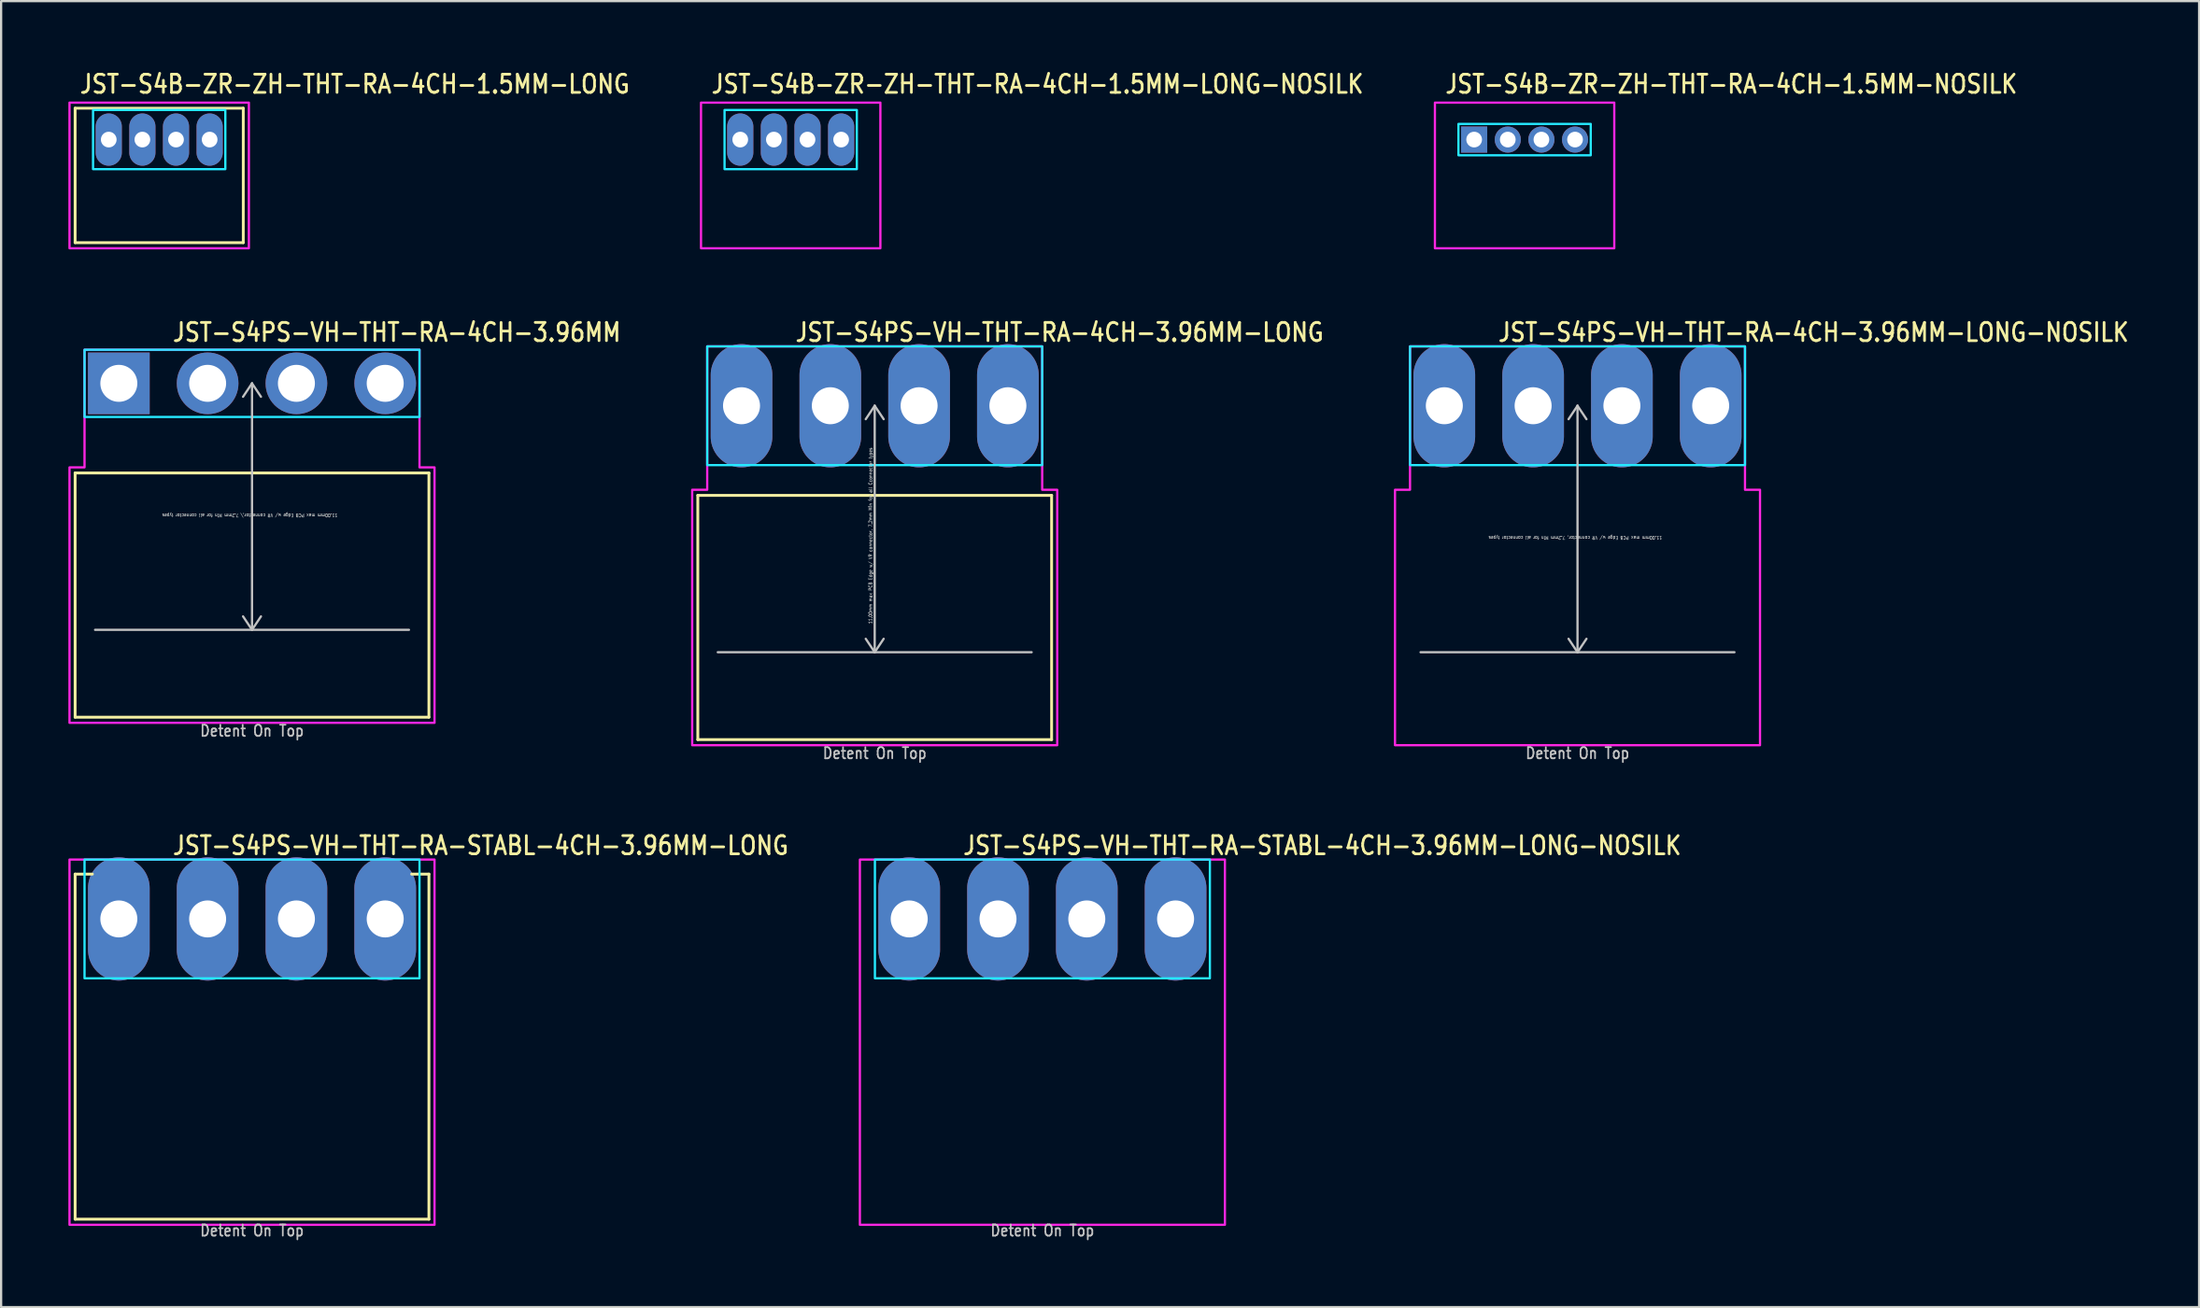
<source format=kicad_pcb>
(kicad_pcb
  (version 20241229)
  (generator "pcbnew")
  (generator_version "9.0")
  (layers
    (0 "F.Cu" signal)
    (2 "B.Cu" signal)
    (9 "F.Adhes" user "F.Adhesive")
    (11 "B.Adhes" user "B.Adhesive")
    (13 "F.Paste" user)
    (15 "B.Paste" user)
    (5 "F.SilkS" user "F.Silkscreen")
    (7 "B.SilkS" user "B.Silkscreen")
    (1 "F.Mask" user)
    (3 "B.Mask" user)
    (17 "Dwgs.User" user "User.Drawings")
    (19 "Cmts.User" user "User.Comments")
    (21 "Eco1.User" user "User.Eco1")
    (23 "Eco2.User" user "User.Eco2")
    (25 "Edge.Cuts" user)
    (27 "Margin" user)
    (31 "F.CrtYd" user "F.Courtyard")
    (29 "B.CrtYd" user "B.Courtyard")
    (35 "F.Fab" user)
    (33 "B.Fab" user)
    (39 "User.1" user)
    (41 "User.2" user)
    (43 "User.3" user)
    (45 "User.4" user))
  (footprint "JST-S4PS-VH-THT-RA-4CH-3.96MM-LONG-NOSILK"
    (layer "F.Cu")
    (at 67.307 15.057)
    (property "Reference" "JST-S4PS-VH-THT-RA-4CH-3.96MM-LONG-NOSILK" (at -3.6 -2.8 0) (unlocked yes) (layer "F.SilkS") (effects (font (size 0.813 0.695) (thickness 0.122)) (justify left bottom)))
    (fp_line (start -7 11) (end 7 11) (stroke (width 0.1) (type solid)) (layer "Dwgs.User"))
    (fp_line (start 0 0) (end -0.4 0.6) (stroke (width 0.1) (type solid)) (layer "Dwgs.User"))
    (fp_line (start 0 0) (end 0 11) (stroke (width 0.1) (type solid)) (layer "Dwgs.User"))
    (fp_line (start 0 0) (end 0.4 0.6) (stroke (width 0.1) (type solid)) (layer "Dwgs.User"))
    (fp_line (start 0 11) (end -0.4 10.4) (stroke (width 0.1) (type solid)) (layer "Dwgs.User"))
    (fp_line (start 0 11) (end 0.4 10.4) (stroke (width 0.1) (type solid)) (layer "Dwgs.User"))
    (fp_poly (pts (xy -7.47 -2.65) (xy -7.47 2.65) (xy 7.47 2.65) (xy 7.47 -2.65)) (stroke (width 0.1) (type solid)) (fill no) (layer "B.CrtYd"))
    (fp_poly (pts (xy -8.14 3.75) (xy -8.14 15.15) (xy 8.14 15.15) (xy 8.14 3.75) (xy 7.47 3.75) (xy 7.47 -2.65) (xy -7.47 -2.65) (xy -7.47 3.75)) (stroke (width 0.1) (type solid)) (fill no) (layer "F.CrtYd"))
    (fp_text user "11.00mm max PCB Edge w/ VR connector, 7.2mm Min for all connector types" (at -0.1 5.8 180) (unlocked yes) (layer "Dwgs.User") (effects (font (size 0.15 0.128) (thickness 0.022)) (justify bottom)))
    (fp_text user "Detent On Top" (at 0 15.8 0) (unlocked yes) (layer "Dwgs.User") (effects (font (size 0.5 0.427) (thickness 0.075)) (justify bottom)))
    (pad "1" thru_hole oval (at -5.94 0 90) (size 5.5 2.75) (drill 1.65) (layers "*.Cu" "*.Mask"))
    (pad "2" thru_hole oval (at -1.98 0 90) (size 5.5 2.75) (drill 1.65) (layers "*.Cu" "*.Mask"))
    (pad "3" thru_hole oval (at 1.98 0 90) (size 5.5 2.75) (drill 1.65) (layers "*.Cu" "*.Mask"))
    (pad "4" thru_hole oval (at 5.94 0 90) (size 5.5 2.75) (drill 1.65) (layers "*.Cu" "*.Mask")))
  (footprint "JST-S4B-ZR-ZH-THT-RA-4CH-1.5MM-NOSILK"
    (layer "F.Cu")
    (at 64.947 3.179)
    (property "Reference" "JST-S4B-ZR-ZH-THT-RA-4CH-1.5MM-NOSILK" (at -3.6 -2 0) (unlocked yes) (layer "F.SilkS") (effects (font (size 0.813 0.695) (thickness 0.122)) (justify left bottom)))
    (fp_poly (pts (xy -2.95 -0.7) (xy -2.95 0.7) (xy 2.95 0.7) (xy 2.95 -0.7)) (stroke (width 0.1) (type solid)) (fill no) (layer "B.CrtYd"))
    (fp_poly (pts (xy -4 -1.65) (xy -4 4.85) (xy 4 4.85) (xy 4 -1.65)) (stroke (width 0.1) (type solid)) (fill no) (layer "F.CrtYd"))
    (pad "1" thru_hole rect (at -2.25 0) (size 1.167 1.167) (drill 0.7) (layers "*.Cu" "*.Mask"))
    (pad "2" thru_hole oval (at -0.75 0) (size 1.167 1.167) (drill 0.7) (layers "*.Cu" "*.Mask"))
    (pad "3" thru_hole oval (at 0.75 0) (size 1.167 1.167) (drill 0.7) (layers "*.Cu" "*.Mask"))
    (pad "4" thru_hole oval (at 2.25 0) (size 1.167 1.167) (drill 0.7) (layers "*.Cu" "*.Mask")))
  (footprint "JST-S4B-ZR-ZH-THT-RA-4CH-1.5MM-LONG"
    (layer "F.Cu")
    (at 4.05 3.179)
    (property "Reference" "JST-S4B-ZR-ZH-THT-RA-4CH-1.5MM-LONG" (at -3.6 -2 0) (unlocked yes) (layer "F.SilkS") (effects (font (size 0.813 0.695) (thickness 0.122)) (justify left bottom)))
    (fp_line (start -3.75 -1.4) (end 3.75 -1.4) (stroke (width 0.127) (type solid)) (layer "F.SilkS"))
    (fp_line (start -3.75 4.6) (end -3.75 -1.4) (stroke (width 0.127) (type solid)) (layer "F.SilkS"))
    (fp_line (start -3.75 4.6) (end 3.75 4.6) (stroke (width 0.127) (type solid)) (layer "F.SilkS"))
    (fp_line (start 3.75 -1.4) (end 3.75 4.6) (stroke (width 0.127) (type solid)) (layer "F.SilkS"))
    (fp_poly (pts (xy -2.95 -1.32) (xy -2.95 1.32) (xy 2.95 1.32) (xy 2.95 -1.32)) (stroke (width 0.1) (type solid)) (fill no) (layer "B.CrtYd"))
    (fp_poly (pts (xy -4 -1.65) (xy -4 4.85) (xy 4 4.85) (xy 4 -1.65)) (stroke (width 0.1) (type solid)) (fill no) (layer "F.CrtYd"))
    (pad "1" thru_hole oval (at -2.25 0 90) (size 2.333 1.167) (drill 0.7) (layers "*.Cu" "*.Mask"))
    (pad "2" thru_hole oval (at -0.75 0 90) (size 2.333 1.167) (drill 0.7) (layers "*.Cu" "*.Mask"))
    (pad "3" thru_hole oval (at 0.75 0 90) (size 2.333 1.167) (drill 0.7) (layers "*.Cu" "*.Mask"))
    (pad "4" thru_hole oval (at 2.25 0 90) (size 2.333 1.167) (drill 0.7) (layers "*.Cu" "*.Mask")))
  (footprint "JST-S4B-ZR-ZH-THT-RA-4CH-1.5MM-LONG-NOSILK"
    (layer "F.Cu")
    (at 32.215 3.179)
    (property "Reference" "JST-S4B-ZR-ZH-THT-RA-4CH-1.5MM-LONG-NOSILK" (at -3.6 -2 0) (unlocked yes) (layer "F.SilkS") (effects (font (size 0.813 0.695) (thickness 0.122)) (justify left bottom)))
    (fp_poly (pts (xy -2.95 -1.32) (xy -2.95 1.32) (xy 2.95 1.32) (xy 2.95 -1.32)) (stroke (width 0.1) (type solid)) (fill no) (layer "B.CrtYd"))
    (fp_poly (pts (xy -4 -1.65) (xy -4 4.85) (xy 4 4.85) (xy 4 -1.65)) (stroke (width 0.1) (type solid)) (fill no) (layer "F.CrtYd"))
    (pad "1" thru_hole oval (at -2.25 0 90) (size 2.333 1.167) (drill 0.7) (layers "*.Cu" "*.Mask"))
    (pad "2" thru_hole oval (at -0.75 0 90) (size 2.333 1.167) (drill 0.7) (layers "*.Cu" "*.Mask"))
    (pad "3" thru_hole oval (at 0.75 0 90) (size 2.333 1.167) (drill 0.7) (layers "*.Cu" "*.Mask"))
    (pad "4" thru_hole oval (at 2.25 0 90) (size 2.333 1.167) (drill 0.7) (layers "*.Cu" "*.Mask")))
  (footprint "JST-S4PS-VH-THT-RA-STABL-4CH-3.96MM-LONG"
    (layer "F.Cu")
    (at 8.19 37.959)
    (property "Reference" "JST-S4PS-VH-THT-RA-STABL-4CH-3.96MM-LONG" (at -3.6 -2.8 0) (unlocked yes) (layer "F.SilkS") (effects (font (size 0.813 0.695) (thickness 0.122)) (justify left bottom)))
    (fp_line (start -7.89 -2) (end -7.12 -2) (stroke (width 0.127) (type solid)) (layer "F.SilkS"))
    (fp_line (start -7.89 13.4) (end -7.89 -2) (stroke (width 0.127) (type solid)) (layer "F.SilkS"))
    (fp_line (start -7.89 13.4) (end 7.89 13.4) (stroke (width 0.127) (type solid)) (layer "F.SilkS"))
    (fp_line (start 7.89 -2) (end 7.12 -2) (stroke (width 0.127) (type solid)) (layer "F.SilkS"))
    (fp_line (start 7.89 -2) (end 7.89 13.4) (stroke (width 0.127) (type solid)) (layer "F.SilkS"))
    (fp_poly (pts (xy -7.47 -2.65) (xy -7.47 2.65) (xy 7.47 2.65) (xy 7.47 -2.65)) (stroke (width 0.1) (type solid)) (fill no) (layer "B.CrtYd"))
    (fp_poly (pts (xy -8.14 -2.65) (xy -8.14 13.65) (xy 8.14 13.65) (xy 8.14 -2.65)) (stroke (width 0.1) (type solid)) (fill no) (layer "F.CrtYd"))
    (fp_text user "Detent On Top" (at 0 14.2 0) (unlocked yes) (layer "Dwgs.User") (effects (font (size 0.5 0.427) (thickness 0.075)) (justify bottom)))
    (pad "1" thru_hole oval (at -5.94 0 90) (size 5.5 2.75) (drill 1.65) (layers "*.Cu" "*.Mask"))
    (pad "2" thru_hole oval (at -1.98 0 90) (size 5.5 2.75) (drill 1.65) (layers "*.Cu" "*.Mask"))
    (pad "3" thru_hole oval (at 1.98 0 90) (size 5.5 2.75) (drill 1.65) (layers "*.Cu" "*.Mask"))
    (pad "4" thru_hole oval (at 5.94 0 90) (size 5.5 2.75) (drill 1.65) (layers "*.Cu" "*.Mask")))
  (footprint "JST-S4PS-VH-THT-RA-STABL-4CH-3.96MM-LONG-NOSILK"
    (layer "F.Cu")
    (at 43.441 37.959)
    (property "Reference" "JST-S4PS-VH-THT-RA-STABL-4CH-3.96MM-LONG-NOSILK" (at -3.6 -2.8 0) (unlocked yes) (layer "F.SilkS") (effects (font (size 0.813 0.695) (thickness 0.122)) (justify left bottom)))
    (fp_poly (pts (xy -7.47 -2.65) (xy -7.47 2.65) (xy 7.47 2.65) (xy 7.47 -2.65)) (stroke (width 0.1) (type solid)) (fill no) (layer "B.CrtYd"))
    (fp_poly (pts (xy -8.14 -2.65) (xy -8.14 13.65) (xy 8.14 13.65) (xy 8.14 -2.65)) (stroke (width 0.1) (type solid)) (fill no) (layer "F.CrtYd"))
    (fp_text user "Detent On Top" (at 0 14.2 0) (unlocked yes) (layer "Dwgs.User") (effects (font (size 0.5 0.427) (thickness 0.075)) (justify bottom)))
    (pad "P$1" thru_hole oval (at -5.94 0 90) (size 5.5 2.75) (drill 1.65) (layers "*.Cu" "*.Mask"))
    (pad "P$2" thru_hole oval (at -1.98 0 90) (size 5.5 2.75) (drill 1.65) (layers "*.Cu" "*.Mask"))
    (pad "P$3" thru_hole oval (at 1.98 0 90) (size 5.5 2.75) (drill 1.65) (layers "*.Cu" "*.Mask"))
    (pad "P$4" thru_hole oval (at 5.94 0 90) (size 5.5 2.75) (drill 1.65) (layers "*.Cu" "*.Mask")))
  (footprint "JST-S4PS-VH-THT-RA-4CH-3.96MM"
    (layer "F.Cu")
    (at 8.19 14.057)
    (property "Reference" "JST-S4PS-VH-THT-RA-4CH-3.96MM" (at -3.6 -1.8 0) (unlocked yes) (layer "F.SilkS") (effects (font (size 0.813 0.695) (thickness 0.122)) (justify left bottom)))
    (fp_line (start -7.89 4) (end 7.89 4) (stroke (width 0.127) (type solid)) (layer "F.SilkS"))
    (fp_line (start -7.89 14.9) (end -7.89 4) (stroke (width 0.127) (type solid)) (layer "F.SilkS"))
    (fp_line (start -7.89 14.9) (end 7.89 14.9) (stroke (width 0.127) (type solid)) (layer "F.SilkS"))
    (fp_line (start 7.89 4) (end 7.89 14.9) (stroke (width 0.127) (type solid)) (layer "F.SilkS"))
    (fp_line (start -7 11) (end 7 11) (stroke (width 0.1) (type solid)) (layer "Dwgs.User"))
    (fp_line (start 0 0) (end -0.4 0.6) (stroke (width 0.1) (type solid)) (layer "Dwgs.User"))
    (fp_line (start 0 0) (end 0 11) (stroke (width 0.1) (type solid)) (layer "Dwgs.User"))
    (fp_line (start 0 0) (end 0.4 0.6) (stroke (width 0.1) (type solid)) (layer "Dwgs.User"))
    (fp_line (start 0 11) (end -0.4 10.4) (stroke (width 0.1) (type solid)) (layer "Dwgs.User"))
    (fp_line (start 0 11) (end 0.4 10.4) (stroke (width 0.1) (type solid)) (layer "Dwgs.User"))
    (fp_poly (pts (xy -7.47 -1.5) (xy -7.47 1.5) (xy 7.47 1.5) (xy 7.47 -1.5)) (stroke (width 0.1) (type solid)) (fill no) (layer "B.CrtYd"))
    (fp_poly (pts (xy -8.14 3.75) (xy -8.14 15.15) (xy 8.14 15.15) (xy 8.14 3.75) (xy 7.47 3.75) (xy 7.47 -1.5) (xy -7.47 -1.5) (xy -7.47 3.75)) (stroke (width 0.1) (type solid)) (fill no) (layer "F.CrtYd"))
    (fp_text user "11.00mm max PCB Edge w/ VR connector,\\ 7.2mm Min for all connector types" (at -0.1 5.8 180) (unlocked yes) (layer "Dwgs.User") (effects (font (size 0.15 0.128) (thickness 0.022)) (justify bottom)))
    (fp_text user "Detent On Top" (at 0 15.8 0) (unlocked yes) (layer "Dwgs.User") (effects (font (size 0.5 0.427) (thickness 0.075)) (justify bottom)))
    (pad "1" thru_hole rect (at -5.94 0) (size 2.75 2.75) (drill 1.65) (layers "*.Cu" "*.Mask"))
    (pad "2" thru_hole oval (at -1.98 0) (size 2.75 2.75) (drill 1.65) (layers "*.Cu" "*.Mask"))
    (pad "3" thru_hole oval (at 1.98 0) (size 2.75 2.75) (drill 1.65) (layers "*.Cu" "*.Mask"))
    (pad "4" thru_hole oval (at 5.94 0) (size 2.75 2.75) (drill 1.65) (layers "*.Cu" "*.Mask")))
  (footprint "JST-S4PS-VH-THT-RA-4CH-3.96MM-LONG"
    (layer "F.Cu")
    (at 35.962 15.057)
    (property "Reference" "JST-S4PS-VH-THT-RA-4CH-3.96MM-LONG" (at -3.6 -2.8 0) (unlocked yes) (layer "F.SilkS") (effects (font (size 0.813 0.695) (thickness 0.122)) (justify left bottom)))
    (fp_line (start -7.89 4) (end 7.89 4) (stroke (width 0.127) (type solid)) (layer "F.SilkS"))
    (fp_line (start -7.89 14.9) (end -7.89 4) (stroke (width 0.127) (type solid)) (layer "F.SilkS"))
    (fp_line (start -7.89 14.9) (end 7.89 14.9) (stroke (width 0.127) (type solid)) (layer "F.SilkS"))
    (fp_line (start 7.89 4) (end 7.89 14.9) (stroke (width 0.127) (type solid)) (layer "F.SilkS"))
    (fp_line (start -7 11) (end 7 11) (stroke (width 0.1) (type solid)) (layer "Dwgs.User"))
    (fp_line (start 0 0) (end -0.4 0.6) (stroke (width 0.1) (type solid)) (layer "Dwgs.User"))
    (fp_line (start 0 0) (end 0 11) (stroke (width 0.1) (type solid)) (layer "Dwgs.User"))
    (fp_line (start 0 0) (end 0.4 0.6) (stroke (width 0.1) (type solid)) (layer "Dwgs.User"))
    (fp_line (start 0 11) (end -0.4 10.4) (stroke (width 0.1) (type solid)) (layer "Dwgs.User"))
    (fp_line (start 0 11) (end 0.4 10.4) (stroke (width 0.1) (type solid)) (layer "Dwgs.User"))
    (fp_poly (pts (xy -7.47 -2.65) (xy -7.47 2.65) (xy 7.47 2.65) (xy 7.47 -2.65)) (stroke (width 0.1) (type solid)) (fill no) (layer "B.CrtYd"))
    (fp_poly (pts (xy -8.14 3.75) (xy -8.14 15.15) (xy 8.14 15.15) (xy 8.14 3.75) (xy 7.47 3.75) (xy 7.47 -2.65) (xy -7.47 -2.65) (xy -7.47 3.75)) (stroke (width 0.1) (type solid)) (fill no) (layer "F.CrtYd"))
    (fp_text user "11.00mm max PCB Edge w/ VR connector, 7.2mm Min for all Cconnector types" (at -0.1 5.8 90) (unlocked yes) (layer "Dwgs.User") (effects (font (size 0.15 0.128) (thickness 0.022)) (justify bottom)))
    (fp_text user "Detent On Top" (at 0 15.8 0) (unlocked yes) (layer "Dwgs.User") (effects (font (size 0.5 0.427) (thickness 0.075)) (justify bottom)))
    (pad "P$1" thru_hole oval (at -5.94 0 90) (size 5.5 2.75) (drill 1.65) (layers "*.Cu" "*.Mask"))
    (pad "P$2" thru_hole oval (at -1.98 0 90) (size 5.5 2.75) (drill 1.65) (layers "*.Cu" "*.Mask"))
    (pad "P$3" thru_hole oval (at 1.98 0 90) (size 5.5 2.75) (drill 1.65) (layers "*.Cu" "*.Mask"))
    (pad "P$4" thru_hole oval (at 5.94 0 90) (size 5.5 2.75) (drill 1.65) (layers "*.Cu" "*.Mask")))
  (gr_rect
    (start -3 -3)
    (end 95.03 55.282)
    (stroke (width 0.1) (type default))
    (fill no)
    (layer "Edge.Cuts")))
</source>
